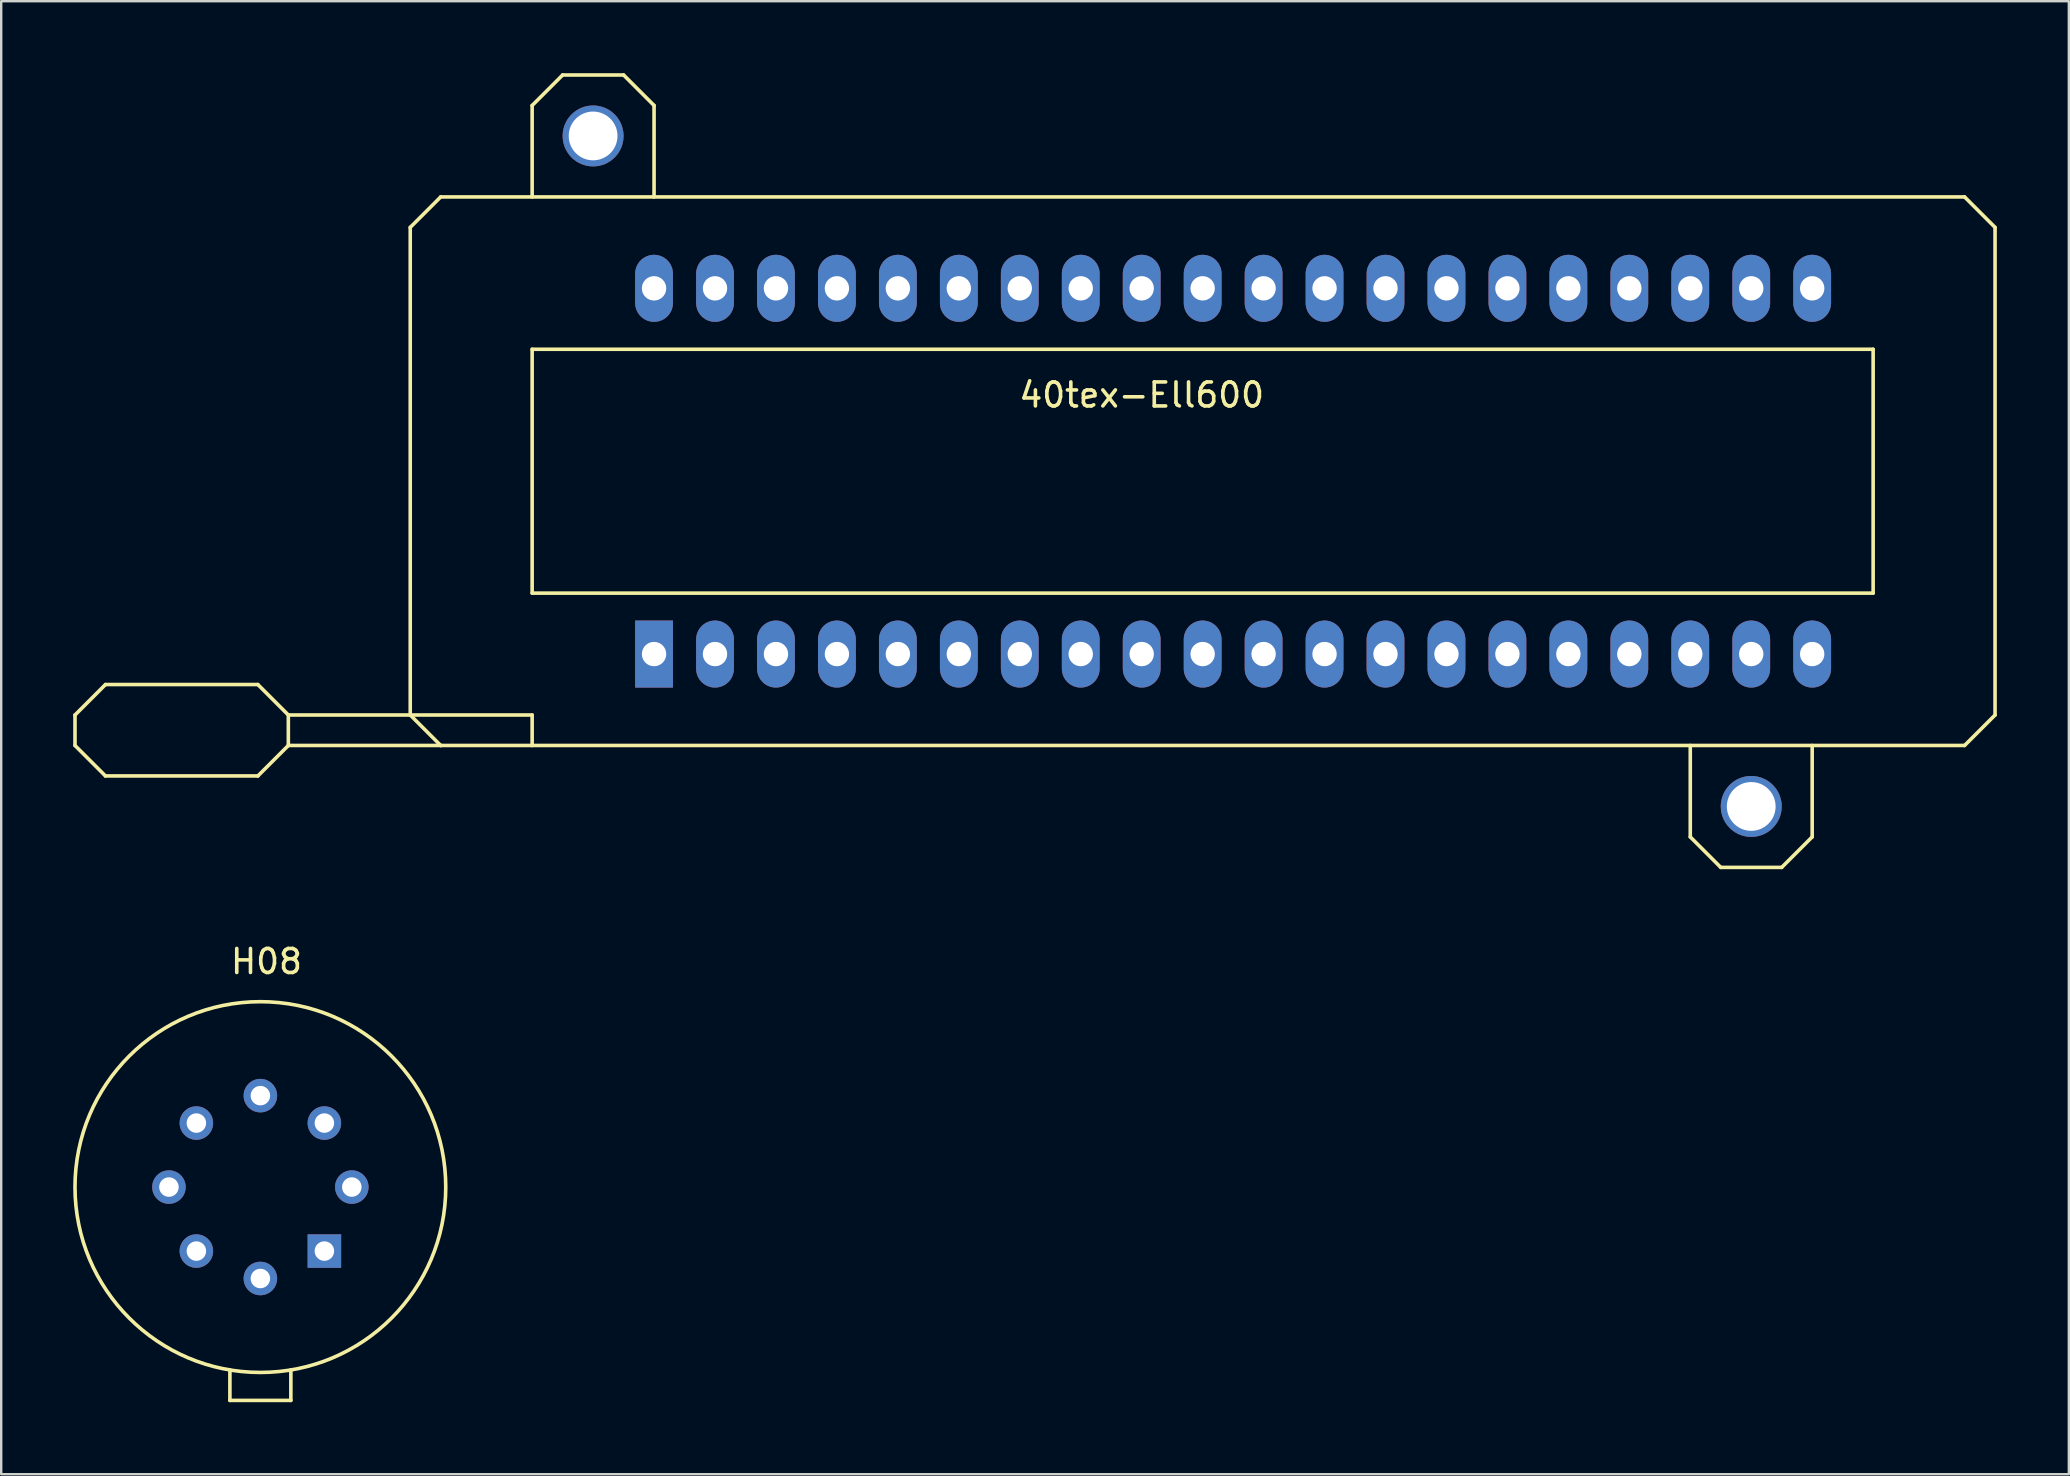
<source format=kicad_pcb>
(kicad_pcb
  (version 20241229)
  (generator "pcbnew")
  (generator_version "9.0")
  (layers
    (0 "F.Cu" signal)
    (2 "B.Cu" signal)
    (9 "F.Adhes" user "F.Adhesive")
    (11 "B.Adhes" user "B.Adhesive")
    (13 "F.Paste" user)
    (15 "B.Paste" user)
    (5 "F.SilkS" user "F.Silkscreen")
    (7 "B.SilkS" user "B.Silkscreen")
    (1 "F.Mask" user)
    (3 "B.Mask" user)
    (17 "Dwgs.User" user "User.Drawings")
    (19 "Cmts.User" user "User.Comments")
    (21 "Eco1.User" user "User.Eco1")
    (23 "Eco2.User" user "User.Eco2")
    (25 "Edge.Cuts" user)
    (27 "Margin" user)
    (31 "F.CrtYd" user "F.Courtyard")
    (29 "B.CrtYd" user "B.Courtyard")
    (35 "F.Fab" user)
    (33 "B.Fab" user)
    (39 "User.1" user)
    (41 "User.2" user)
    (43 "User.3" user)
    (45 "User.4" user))
  (footprint "40tex-Ell600"
    (layer "F.Cu")
    (at 48.335 16.585)
    (property "Reference" "40tex-Ell600" (at -3.81 -3.175 0) (layer "F.SilkS") (effects (font (size 1 1) (thickness 0.15))))
    (attr through_hole)
    (fp_line (start -48.26 10.16) (end -48.26 11.43) (stroke (width 0.15) (type solid)) (layer "F.SilkS"))
    (fp_line (start -48.26 11.43) (end -46.99 12.7) (stroke (width 0.15) (type solid)) (layer "F.SilkS"))
    (fp_line (start -46.99 8.89) (end -48.26 10.16) (stroke (width 0.15) (type solid)) (layer "F.SilkS"))
    (fp_line (start -46.99 12.7) (end -40.64 12.7) (stroke (width 0.15) (type solid)) (layer "F.SilkS"))
    (fp_line (start -40.64 8.89) (end -46.99 8.89) (stroke (width 0.15) (type solid)) (layer "F.SilkS"))
    (fp_line (start -40.64 12.7) (end -39.37 11.43) (stroke (width 0.15) (type solid)) (layer "F.SilkS"))
    (fp_line (start -39.37 10.16) (end -40.64 8.89) (stroke (width 0.15) (type solid)) (layer "F.SilkS"))
    (fp_line (start -39.37 10.16) (end -29.21 10.16) (stroke (width 0.15) (type solid)) (layer "F.SilkS"))
    (fp_line (start -39.37 11.43) (end -39.37 10.16) (stroke (width 0.15) (type solid)) (layer "F.SilkS"))
    (fp_line (start -39.37 11.43) (end -33.02 11.43) (stroke (width 0.15) (type solid)) (layer "F.SilkS"))
    (fp_line (start -34.29 -10.16) (end -33.02 -11.43) (stroke (width 0.15) (type solid)) (layer "F.SilkS"))
    (fp_line (start -34.29 10.16) (end -34.29 -10.16) (stroke (width 0.15) (type solid)) (layer "F.SilkS"))
    (fp_line (start -33.02 -11.43) (end 30.48 -11.43) (stroke (width 0.15) (type solid)) (layer "F.SilkS"))
    (fp_line (start -33.02 11.43) (end -34.29 10.16) (stroke (width 0.15) (type solid)) (layer "F.SilkS"))
    (fp_line (start -29.21 -15.24) (end -29.21 -11.43) (stroke (width 0.15) (type solid)) (layer "F.SilkS"))
    (fp_line (start -29.21 -5.08) (end 26.67 -5.08) (stroke (width 0.15) (type solid)) (layer "F.SilkS"))
    (fp_line (start -29.21 5.08) (end -29.21 -5.08) (stroke (width 0.15) (type solid)) (layer "F.SilkS"))
    (fp_line (start -29.21 10.16) (end -29.21 11.43) (stroke (width 0.15) (type solid)) (layer "F.SilkS"))
    (fp_line (start -27.94 -16.51) (end -29.21 -15.24) (stroke (width 0.15) (type solid)) (layer "F.SilkS"))
    (fp_line (start -25.4 -16.51) (end -27.94 -16.51) (stroke (width 0.15) (type solid)) (layer "F.SilkS"))
    (fp_line (start -24.13 -15.24) (end -25.4 -16.51) (stroke (width 0.15) (type solid)) (layer "F.SilkS"))
    (fp_line (start -24.13 -11.43) (end -24.13 -15.24) (stroke (width 0.15) (type solid)) (layer "F.SilkS"))
    (fp_line (start 19.05 15.24) (end 19.05 11.43) (stroke (width 0.15) (type solid)) (layer "F.SilkS"))
    (fp_line (start 20.32 16.51) (end 19.05 15.24) (stroke (width 0.15) (type solid)) (layer "F.SilkS"))
    (fp_line (start 22.86 16.51) (end 20.32 16.51) (stroke (width 0.15) (type solid)) (layer "F.SilkS"))
    (fp_line (start 24.13 11.43) (end 24.13 15.24) (stroke (width 0.15) (type solid)) (layer "F.SilkS"))
    (fp_line (start 24.13 15.24) (end 22.86 16.51) (stroke (width 0.15) (type solid)) (layer "F.SilkS"))
    (fp_line (start 26.67 -5.08) (end 26.67 5.08) (stroke (width 0.15) (type solid)) (layer "F.SilkS"))
    (fp_line (start 26.67 5.08) (end -29.21 5.08) (stroke (width 0.15) (type solid)) (layer "F.SilkS"))
    (fp_line (start 30.48 -11.43) (end 31.75 -10.16) (stroke (width 0.15) (type solid)) (layer "F.SilkS"))
    (fp_line (start 30.48 11.43) (end -33.02 11.43) (stroke (width 0.15) (type solid)) (layer "F.SilkS"))
    (fp_line (start 31.75 -10.16) (end 31.75 10.16) (stroke (width 0.15) (type solid)) (layer "F.SilkS"))
    (fp_line (start 31.75 10.16) (end 30.48 11.43) (stroke (width 0.15) (type solid)) (layer "F.SilkS"))
    (pad "1" thru_hole rect (at -24.13 7.62) (size 1.575 2.794) (drill 1.016) (layers "*.Cu" "*.Mask"))
    (pad "2" thru_hole oval (at -21.59 7.62) (size 1.575 2.794) (drill 1.016) (layers "*.Cu" "*.Mask"))
    (pad "3" thru_hole oval (at -19.05 7.62) (size 1.575 2.794) (drill 1.016) (layers "*.Cu" "*.Mask"))
    (pad "4" thru_hole oval (at -16.51 7.62) (size 1.575 2.794) (drill 1.016) (layers "*.Cu" "*.Mask"))
    (pad "5" thru_hole oval (at -13.97 7.62) (size 1.575 2.794) (drill 1.016) (layers "*.Cu" "*.Mask"))
    (pad "6" thru_hole oval (at -11.43 7.62) (size 1.575 2.794) (drill 1.016) (layers "*.Cu" "*.Mask"))
    (pad "7" thru_hole oval (at -8.89 7.62) (size 1.575 2.794) (drill 1.016) (layers "*.Cu" "*.Mask"))
    (pad "8" thru_hole oval (at -6.35 7.62) (size 1.575 2.794) (drill 1.016) (layers "*.Cu" "*.Mask"))
    (pad "9" thru_hole oval (at -3.81 7.62) (size 1.575 2.794) (drill 1.016) (layers "*.Cu" "*.Mask"))
    (pad "10" thru_hole oval (at -1.27 7.62) (size 1.575 2.794) (drill 1.016) (layers "*.Cu" "*.Mask"))
    (pad "11" thru_hole oval (at 1.27 7.62) (size 1.575 2.794) (drill 1.016) (layers "*.Cu" "*.Mask"))
    (pad "12" thru_hole oval (at 3.81 7.62) (size 1.575 2.794) (drill 1.016) (layers "*.Cu" "*.Mask"))
    (pad "13" thru_hole oval (at 6.35 7.62) (size 1.575 2.794) (drill 1.016) (layers "*.Cu" "*.Mask"))
    (pad "14" thru_hole oval (at 8.89 7.62) (size 1.575 2.794) (drill 1.016) (layers "*.Cu" "*.Mask"))
    (pad "15" thru_hole oval (at 11.43 7.62) (size 1.575 2.794) (drill 1.016) (layers "*.Cu" "*.Mask"))
    (pad "16" thru_hole oval (at 13.97 7.62) (size 1.575 2.794) (drill 1.016) (layers "*.Cu" "*.Mask"))
    (pad "17" thru_hole oval (at 16.51 7.62) (size 1.575 2.794) (drill 1.016) (layers "*.Cu" "*.Mask"))
    (pad "18" thru_hole oval (at 19.05 7.62) (size 1.575 2.794) (drill 1.016) (layers "*.Cu" "*.Mask"))
    (pad "19" thru_hole oval (at 21.59 7.62) (size 1.575 2.794) (drill 1.016) (layers "*.Cu" "*.Mask"))
    (pad "20" thru_hole oval (at 24.13 7.62) (size 1.575 2.794) (drill 1.016) (layers "*.Cu" "*.Mask"))
    (pad "21" thru_hole oval (at 24.13 -7.62) (size 1.575 2.794) (drill 1.016) (layers "*.Cu" "*.Mask"))
    (pad "22" thru_hole oval (at 21.59 -7.62) (size 1.575 2.794) (drill 1.016) (layers "*.Cu" "*.Mask"))
    (pad "23" thru_hole oval (at 19.05 -7.62) (size 1.575 2.794) (drill 1.016) (layers "*.Cu" "*.Mask"))
    (pad "24" thru_hole oval (at 16.51 -7.62) (size 1.575 2.794) (drill 1.016) (layers "*.Cu" "*.Mask"))
    (pad "25" thru_hole oval (at 13.97 -7.62) (size 1.575 2.794) (drill 1.016) (layers "*.Cu" "*.Mask"))
    (pad "26" thru_hole oval (at 11.43 -7.62) (size 1.575 2.794) (drill 1.016) (layers "*.Cu" "*.Mask"))
    (pad "27" thru_hole oval (at 8.89 -7.62) (size 1.575 2.794) (drill 1.016) (layers "*.Cu" "*.Mask"))
    (pad "28" thru_hole oval (at 6.35 -7.62) (size 1.575 2.794) (drill 1.016) (layers "*.Cu" "*.Mask"))
    (pad "29" thru_hole oval (at 3.81 -7.62) (size 1.575 2.794) (drill 1.016) (layers "*.Cu" "*.Mask"))
    (pad "30" thru_hole oval (at 1.27 -7.62) (size 1.575 2.794) (drill 1.016) (layers "*.Cu" "*.Mask"))
    (pad "31" thru_hole oval (at -1.27 -7.62) (size 1.575 2.794) (drill 1.016) (layers "*.Cu" "*.Mask"))
    (pad "32" thru_hole oval (at -3.81 -7.62) (size 1.575 2.794) (drill 1.016) (layers "*.Cu" "*.Mask"))
    (pad "33" thru_hole oval (at -6.35 -7.62) (size 1.575 2.794) (drill 1.016) (layers "*.Cu" "*.Mask"))
    (pad "34" thru_hole oval (at -8.89 -7.62) (size 1.575 2.794) (drill 1.016) (layers "*.Cu" "*.Mask"))
    (pad "35" thru_hole oval (at -11.43 -7.62) (size 1.575 2.794) (drill 1.016) (layers "*.Cu" "*.Mask"))
    (pad "36" thru_hole oval (at -13.97 -7.62) (size 1.575 2.794) (drill 1.016) (layers "*.Cu" "*.Mask"))
    (pad "37" thru_hole oval (at -16.51 -7.62) (size 1.575 2.794) (drill 1.016) (layers "*.Cu" "*.Mask"))
    (pad "38" thru_hole oval (at -19.05 -7.62) (size 1.575 2.794) (drill 1.016) (layers "*.Cu" "*.Mask"))
    (pad "39" thru_hole oval (at -21.59 -7.62) (size 1.575 2.794) (drill 1.016) (layers "*.Cu" "*.Mask"))
    (pad "40" thru_hole oval (at -24.13 -7.62) (size 1.575 2.794) (drill 1.016) (layers "*.Cu" "*.Mask"))
    (pad "HOLE" thru_hole circle (at -26.67 -13.97) (size 2.54 2.54) (drill 2.032) (layers "*.Cu" "*.Mask"))
    (pad "HOLE" thru_hole circle (at 21.59 13.97) (size 2.54 2.54) (drill 2.032) (layers "*.Cu" "*.Mask")))
  (footprint "H08"
    (layer "F.Cu")
    (at 7.8 46.416)
    (property "Reference" "H08" (at 0.254 -9.398 0) (layer "F.SilkS") (effects (font (size 1 1) (thickness 0.15))))
    (attr through_hole)
    (fp_line (start -1.27 7.62) (end -1.27 8.89) (stroke (width 0.15) (type solid)) (layer "F.SilkS"))
    (fp_line (start -1.27 8.89) (end 1.27 8.89) (stroke (width 0.15) (type solid)) (layer "F.SilkS"))
    (fp_line (start 1.27 8.89) (end 1.27 7.62) (stroke (width 0.15) (type solid)) (layer "F.SilkS"))
    (fp_circle (center 0 0) (end 1.27 7.62) (stroke (width 0.15) (type solid)) (fill no) (layer "F.SilkS"))
    (pad "1" thru_hole rect (at 2.667 2.667) (size 1.397 1.397) (drill 0.813) (layers "*.Cu" "*.Mask"))
    (pad "2" thru_hole circle (at 3.81 0) (size 1.397 1.397) (drill 0.813) (layers "*.Cu" "*.Mask"))
    (pad "3" thru_hole circle (at 2.667 -2.667) (size 1.397 1.397) (drill 0.813) (layers "*.Cu" "*.Mask"))
    (pad "4" thru_hole circle (at 0 -3.81) (size 1.397 1.397) (drill 0.813) (layers "*.Cu" "*.Mask"))
    (pad "5" thru_hole circle (at -2.667 -2.667) (size 1.397 1.397) (drill 0.813) (layers "*.Cu" "*.Mask"))
    (pad "6" thru_hole circle (at -3.81 0) (size 1.397 1.397) (drill 0.813) (layers "*.Cu" "*.Mask"))
    (pad "7" thru_hole circle (at -2.667 2.667) (size 1.397 1.397) (drill 0.813) (layers "*.Cu" "*.Mask"))
    (pad "8" thru_hole circle (at 0 3.81) (size 1.397 1.397) (drill 0.813) (layers "*.Cu" "*.Mask")))
  (gr_rect
    (start -3 -3)
    (end 83.16 58.381)
    (stroke (width 0.1) (type default))
    (fill no)
    (layer "Edge.Cuts")))
</source>
